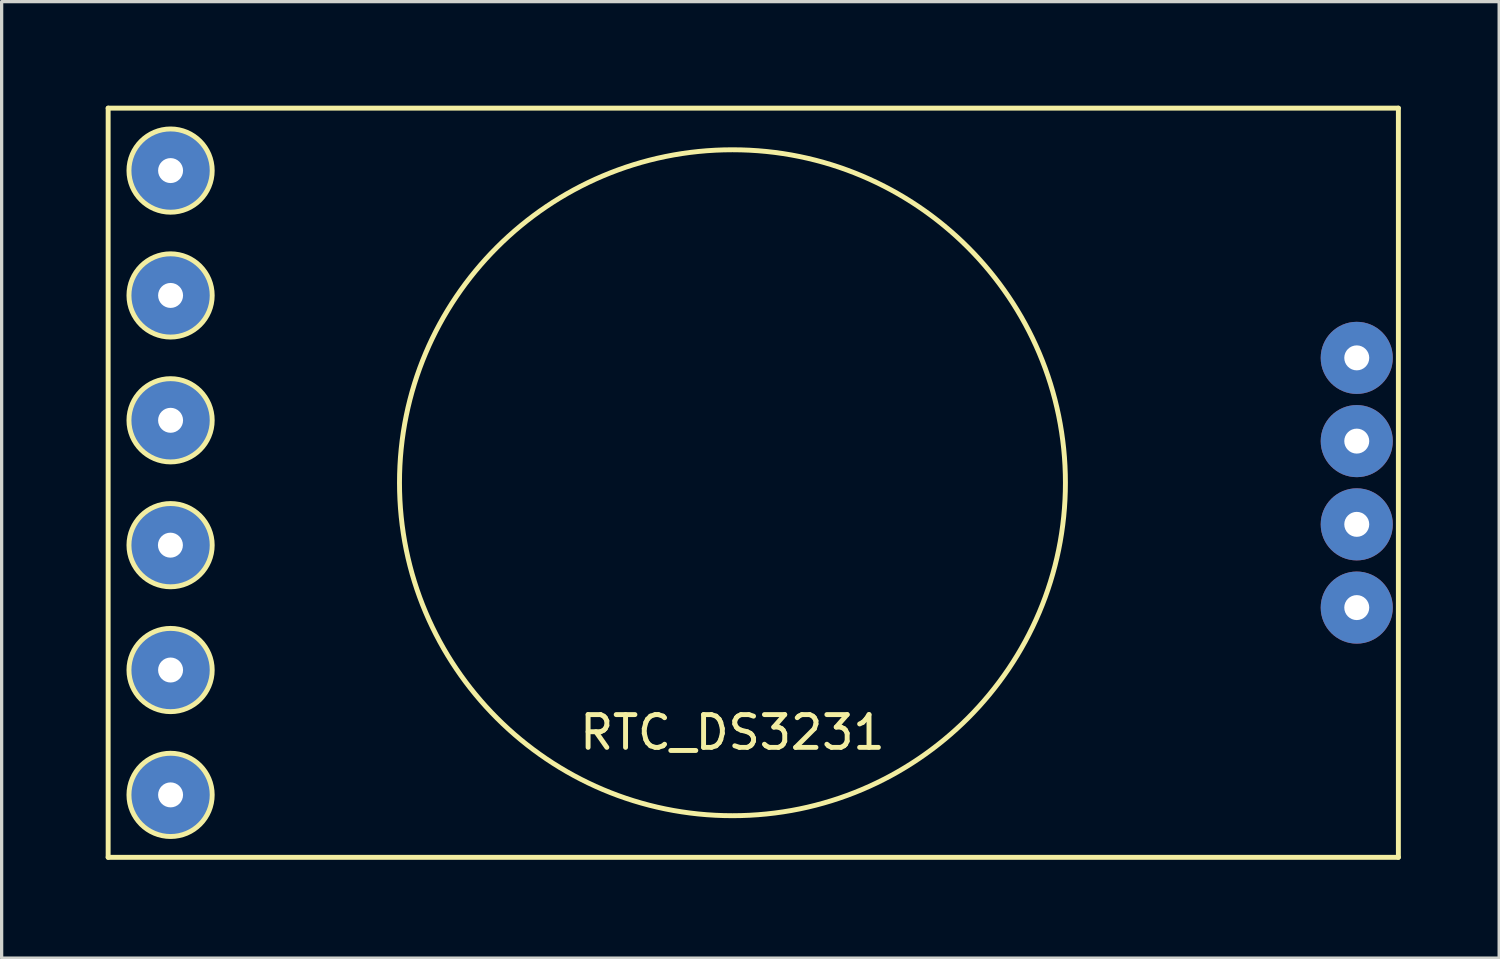
<source format=kicad_pcb>
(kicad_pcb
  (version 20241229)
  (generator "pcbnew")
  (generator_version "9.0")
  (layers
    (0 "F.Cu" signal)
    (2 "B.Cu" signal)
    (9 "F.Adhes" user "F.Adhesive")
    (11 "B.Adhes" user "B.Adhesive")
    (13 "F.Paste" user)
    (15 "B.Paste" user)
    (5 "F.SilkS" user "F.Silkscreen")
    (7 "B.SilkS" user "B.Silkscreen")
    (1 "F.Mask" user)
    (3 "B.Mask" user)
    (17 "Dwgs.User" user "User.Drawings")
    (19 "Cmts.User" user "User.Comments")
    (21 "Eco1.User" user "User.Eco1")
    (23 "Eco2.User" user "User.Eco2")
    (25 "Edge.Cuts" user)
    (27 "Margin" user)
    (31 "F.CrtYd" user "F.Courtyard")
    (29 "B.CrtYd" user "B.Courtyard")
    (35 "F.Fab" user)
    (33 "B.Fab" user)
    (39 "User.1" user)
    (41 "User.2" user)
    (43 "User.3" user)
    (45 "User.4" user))
  (footprint "RTC_DS3231"
    (layer "F.Cu")
    (at 0.25 0.25)
    (property "Reference" "RTC_DS3231" (at 19.05 19.05 0) (layer "F.SilkS") (effects (font (size 1 1) (thickness 0.15))))
    (attr through_hole)
    (fp_line (start 0 0) (end 0 22.86) (stroke (width 0.15) (type solid)) (layer "F.SilkS"))
    (fp_line (start 0 0) (end 39.37 0) (stroke (width 0.15) (type solid)) (layer "F.SilkS"))
    (fp_line (start 0 22.86) (end 39.37 22.86) (stroke (width 0.15) (type solid)) (layer "F.SilkS"))
    (fp_line (start 39.37 0) (end 39.37 22.86) (stroke (width 0.15) (type solid)) (layer "F.SilkS"))
    (fp_circle (center 1.905 1.905) (end 3.175 1.905) (stroke (width 0.15) (type solid)) (fill no) (layer "F.SilkS"))
    (fp_circle (center 1.905 5.715) (end 1.905 4.445) (stroke (width 0.15) (type solid)) (fill no) (layer "F.SilkS"))
    (fp_circle (center 1.905 9.525) (end 1.905 8.255) (stroke (width 0.15) (type solid)) (fill no) (layer "F.SilkS"))
    (fp_circle (center 1.905 13.335) (end 3.175 13.335) (stroke (width 0.15) (type solid)) (fill no) (layer "F.SilkS"))
    (fp_circle (center 1.905 17.145) (end 3.175 17.145) (stroke (width 0.15) (type solid)) (fill no) (layer "F.SilkS"))
    (fp_circle (center 1.905 20.955) (end 3.175 20.955) (stroke (width 0.15) (type solid)) (fill no) (layer "F.SilkS"))
    (fp_circle (center 19.05 11.43) (end 19.05 21.59) (stroke (width 0.15) (type solid)) (fill no) (layer "F.SilkS"))
    (pad "" thru_hole circle (at 1.9 13.335) (size 2.5 2.5) (drill 0.762) (layers "*.Cu" "*.Mask"))
    (pad "" thru_hole circle (at 1.905 1.905) (size 2.5 2.5) (drill 0.762) (layers "*.Cu" "*.Mask"))
    (pad "" thru_hole circle (at 1.905 5.715) (size 2.5 2.5) (drill 0.762) (layers "*.Cu" "*.Mask"))
    (pad "" thru_hole circle (at 1.905 9.525) (size 2.5 2.5) (drill 0.762) (layers "*.Cu" "*.Mask"))
    (pad "" thru_hole circle (at 1.905 17.145) (size 2.5 2.5) (drill 0.762) (layers "*.Cu" "*.Mask"))
    (pad "" thru_hole circle (at 1.905 20.955) (size 2.5 2.5) (drill 0.762) (layers "*.Cu" "*.Mask"))
    (pad "1" thru_hole circle (at 38.1 7.62) (size 2.2 2.2) (drill 0.762) (layers "*.Cu" "*.Mask"))
    (pad "2" thru_hole circle (at 38.1 10.16) (size 2.2 2.2) (drill 0.762) (layers "*.Cu" "*.Mask"))
    (pad "3" thru_hole circle (at 38.1 12.7) (size 2.2 2.2) (drill 0.762) (layers "*.Cu" "*.Mask"))
    (pad "4" thru_hole circle (at 38.1 15.24) (size 2.2 2.2) (drill 0.762) (layers "*.Cu" "*.Mask")))
  (gr_rect
    (start -3 -3)
    (end 42.695 26.185)
    (stroke (width 0.1) (type default))
    (fill no)
    (layer "Edge.Cuts")))
</source>
